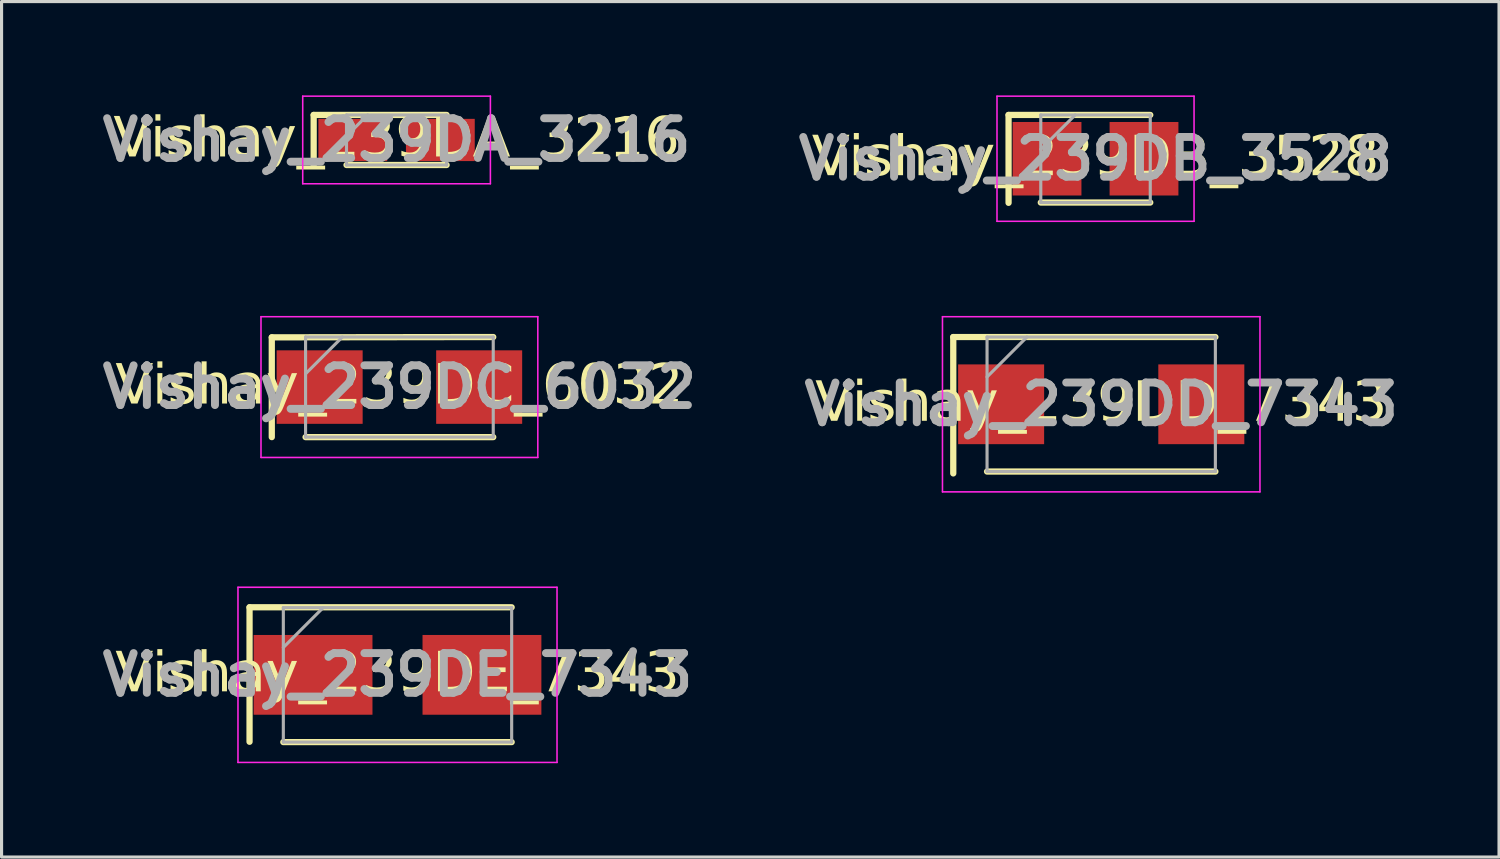
<source format=kicad_pcb>
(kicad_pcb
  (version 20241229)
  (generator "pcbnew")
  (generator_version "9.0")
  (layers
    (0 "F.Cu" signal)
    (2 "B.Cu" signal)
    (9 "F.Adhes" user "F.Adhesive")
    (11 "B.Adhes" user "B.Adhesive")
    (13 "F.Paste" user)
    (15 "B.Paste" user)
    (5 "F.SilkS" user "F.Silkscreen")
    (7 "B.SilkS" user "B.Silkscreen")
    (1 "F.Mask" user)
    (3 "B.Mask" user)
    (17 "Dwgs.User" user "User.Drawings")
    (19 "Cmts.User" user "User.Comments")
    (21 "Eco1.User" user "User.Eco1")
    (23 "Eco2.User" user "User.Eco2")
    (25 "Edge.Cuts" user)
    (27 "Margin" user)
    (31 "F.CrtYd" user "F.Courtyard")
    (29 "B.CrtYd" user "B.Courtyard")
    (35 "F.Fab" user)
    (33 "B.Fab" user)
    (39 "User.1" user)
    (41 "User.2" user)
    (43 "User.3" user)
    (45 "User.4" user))
  (footprint "Vishay_239DA_3216"
    (layer "F.Cu")
    (at 9.628 1.425)
    (property "Reference" "Vishay_239DA_3216" (at 0 0 0) (layer "F.SilkS") (effects (font (face "Adwaita Sans") (size 1.27 1.27) (thickness 0.254))))
    (attr smd)
    (fp_line (start -2.65 -0.8) (end -2.65 0.81) (stroke (width 0.2) (type solid)) (layer "F.SilkS"))
    (fp_line (start -1.6 0.8) (end 1.6 0.8) (stroke (width 0.2) (type solid)) (layer "F.SilkS"))
    (fp_line (start 1.6 -0.8) (end -2.65 -0.8) (stroke (width 0.2) (type solid)) (layer "F.SilkS"))
    (fp_line (start -3 -1.4) (end 3 -1.4) (stroke (width 0.05) (type solid)) (layer "F.CrtYd"))
    (fp_line (start -3 1.4) (end -3 -1.4) (stroke (width 0.05) (type solid)) (layer "F.CrtYd"))
    (fp_line (start 3 -1.4) (end 3 1.4) (stroke (width 0.05) (type solid)) (layer "F.CrtYd"))
    (fp_line (start 3 1.4) (end -3 1.4) (stroke (width 0.05) (type solid)) (layer "F.CrtYd"))
    (fp_line (start -1.6 -0.8) (end 1.6 -0.8) (stroke (width 0.1) (type solid)) (layer "F.Fab"))
    (fp_line (start -1.6 -0.125) (end -0.925 -0.8) (stroke (width 0.1) (type solid)) (layer "F.Fab"))
    (fp_line (start -1.6 0.8) (end -1.6 -0.8) (stroke (width 0.1) (type solid)) (layer "F.Fab"))
    (fp_line (start 1.6 -0.8) (end 1.6 0.8) (stroke (width 0.1) (type solid)) (layer "F.Fab"))
    (fp_line (start 1.6 0.8) (end -1.6 0.8) (stroke (width 0.1) (type solid)) (layer "F.Fab"))
    (fp_text user "${REFERENCE}" (at 0 0 0) (layer "F.Fab") (effects (font (size 1.27 1.27) (thickness 0.254))))
    (pad "1" smd rect (at -1.4 0 90) (size 1.35 2.2) (layers "F.Cu" "F.Mask" "F.Paste"))
    (pad "2" smd rect (at 1.4 0 90) (size 1.35 2.2) (layers "F.Cu" "F.Mask" "F.Paste")))
  (footprint "Vishay_239DB_3528"
    (layer "F.Cu")
    (at 31.974 2.025)
    (property "Reference" "Vishay_239DB_3528" (at 0 0 0) (layer "F.SilkS") (effects (font (face "Adwaita Sans") (size 1.27 1.27) (thickness 0.254))))
    (attr smd)
    (fp_line (start -2.78 -1.4) (end -2.78 1.41) (stroke (width 0.2) (type solid)) (layer "F.SilkS"))
    (fp_line (start -1.75 1.4) (end 1.75 1.4) (stroke (width 0.2) (type solid)) (layer "F.SilkS"))
    (fp_line (start 1.75 -1.4) (end -2.78 -1.4) (stroke (width 0.2) (type solid)) (layer "F.SilkS"))
    (fp_line (start -3.15 -2) (end 3.15 -2) (stroke (width 0.05) (type solid)) (layer "F.CrtYd"))
    (fp_line (start -3.15 2) (end -3.15 -2) (stroke (width 0.05) (type solid)) (layer "F.CrtYd"))
    (fp_line (start 3.15 -2) (end 3.15 2) (stroke (width 0.05) (type solid)) (layer "F.CrtYd"))
    (fp_line (start 3.15 2) (end -3.15 2) (stroke (width 0.05) (type solid)) (layer "F.CrtYd"))
    (fp_line (start -1.75 -1.4) (end 1.75 -1.4) (stroke (width 0.1) (type solid)) (layer "F.Fab"))
    (fp_line (start -1.75 -0.3) (end -0.65 -1.4) (stroke (width 0.1) (type solid)) (layer "F.Fab"))
    (fp_line (start -1.75 1.4) (end -1.75 -1.4) (stroke (width 0.1) (type solid)) (layer "F.Fab"))
    (fp_line (start 1.75 -1.4) (end 1.75 1.4) (stroke (width 0.1) (type solid)) (layer "F.Fab"))
    (fp_line (start 1.75 1.4) (end -1.75 1.4) (stroke (width 0.1) (type solid)) (layer "F.Fab"))
    (fp_text user "${REFERENCE}" (at 0 0 180) (layer "F.Fab") (effects (font (size 1.27 1.27) (thickness 0.254))))
    (pad "1" smd rect (at -1.55 0) (size 2.2 2.35) (layers "F.Cu" "F.Mask" "F.Paste"))
    (pad "2" smd rect (at 1.55 0) (size 2.2 2.35) (layers "F.Cu" "F.Mask" "F.Paste")))
  (footprint "Vishay_239DD_7343"
    (layer "F.Cu")
    (at 32.156 9.875)
    (property "Reference" "Vishay_239DD_7343" (at 0 0 0) (layer "F.SilkS") (effects (font (face "Adwaita Mono") (size 1.27 1.27) (thickness 0.254))))
    (attr smd)
    (fp_line (start -4.73 -2.15) (end -4.73 2.21) (stroke (width 0.2) (type solid)) (layer "F.SilkS"))
    (fp_line (start -3.65 2.15) (end 3.65 2.15) (stroke (width 0.2) (type solid)) (layer "F.SilkS"))
    (fp_line (start 3.65 -2.15) (end -4.73 -2.15) (stroke (width 0.2) (type solid)) (layer "F.SilkS"))
    (fp_line (start -5.075 -2.8) (end 5.075 -2.8) (stroke (width 0.05) (type solid)) (layer "F.CrtYd"))
    (fp_line (start -5.075 2.8) (end -5.075 -2.8) (stroke (width 0.05) (type solid)) (layer "F.CrtYd"))
    (fp_line (start 5.075 -2.8) (end 5.075 2.8) (stroke (width 0.05) (type solid)) (layer "F.CrtYd"))
    (fp_line (start 5.075 2.8) (end -5.075 2.8) (stroke (width 0.05) (type solid)) (layer "F.CrtYd"))
    (fp_line (start -3.65 -2.15) (end 3.65 -2.15) (stroke (width 0.1) (type solid)) (layer "F.Fab"))
    (fp_line (start -3.65 -0.875) (end -2.375 -2.15) (stroke (width 0.1) (type solid)) (layer "F.Fab"))
    (fp_line (start -3.65 2.15) (end -3.65 -2.15) (stroke (width 0.1) (type solid)) (layer "F.Fab"))
    (fp_line (start 3.65 -2.15) (end 3.65 2.15) (stroke (width 0.1) (type solid)) (layer "F.Fab"))
    (fp_line (start 3.65 2.15) (end -3.65 2.15) (stroke (width 0.1) (type solid)) (layer "F.Fab"))
    (fp_text user "${REFERENCE}" (at 0 0 0) (layer "F.Fab") (effects (font (size 1.27 1.27) (thickness 0.254))))
    (pad "1" smd rect (at -3.2 0 90) (size 2.55 2.75) (layers "F.Cu" "F.Mask" "F.Paste"))
    (pad "2" smd rect (at 3.2 0 90) (size 2.55 2.75) (layers "F.Cu" "F.Mask" "F.Paste")))
  (footprint "Vishay_239DC_6032"
    (layer "F.Cu")
    (at 9.719 9.325)
    (property "Reference" "Vishay_239DC_6032" (at 0 0 0) (layer "F.SilkS") (effects (font (face "Adwaita Mono") (size 1.27 1.27) (thickness 0.254))))
    (attr smd)
    (fp_line (start -4.08 -1.59) (end -4.08 1.6) (stroke (width 0.2) (type solid)) (layer "F.SilkS"))
    (fp_line (start -3 1.6) (end 3 1.6) (stroke (width 0.2) (type solid)) (layer "F.SilkS"))
    (fp_line (start 3 -1.6) (end -4.08 -1.59) (stroke (width 0.2) (type solid)) (layer "F.SilkS"))
    (fp_line (start -4.425 -2.25) (end 4.425 -2.25) (stroke (width 0.05) (type solid)) (layer "F.CrtYd"))
    (fp_line (start -4.425 2.25) (end -4.425 -2.25) (stroke (width 0.05) (type solid)) (layer "F.CrtYd"))
    (fp_line (start 4.425 -2.25) (end 4.425 2.25) (stroke (width 0.05) (type solid)) (layer "F.CrtYd"))
    (fp_line (start 4.425 2.25) (end -4.425 2.25) (stroke (width 0.05) (type solid)) (layer "F.CrtYd"))
    (fp_line (start -3 -1.6) (end 3 -1.6) (stroke (width 0.1) (type solid)) (layer "F.Fab"))
    (fp_line (start -3 -0.425) (end -1.825 -1.6) (stroke (width 0.1) (type solid)) (layer "F.Fab"))
    (fp_line (start -3 1.6) (end -3 -1.6) (stroke (width 0.1) (type solid)) (layer "F.Fab"))
    (fp_line (start 3 -1.6) (end 3 1.6) (stroke (width 0.1) (type solid)) (layer "F.Fab"))
    (fp_line (start 3 1.6) (end -3 1.6) (stroke (width 0.1) (type solid)) (layer "F.Fab"))
    (fp_text user "${REFERENCE}" (at 0 0 0) (layer "F.Fab") (effects (font (size 1.27 1.27) (thickness 0.254))))
    (pad "1" smd rect (at -2.55 0 90) (size 2.35 2.75) (layers "F.Cu" "F.Mask" "F.Paste"))
    (pad "2" smd rect (at 2.55 0 90) (size 2.35 2.75) (layers "F.Cu" "F.Mask" "F.Paste")))
  (footprint "Vishay_239DE_7343"
    (layer "F.Cu")
    (at 9.658 18.525)
    (property "Reference" "Vishay_239DE_7343" (at 0 0 0) (layer "F.SilkS") (effects (font (face "Adwaita Mono") (size 1.27 1.27) (thickness 0.254))))
    (attr smd)
    (fp_line (start -4.73 -2.16) (end -4.73 2.14) (stroke (width 0.2) (type solid)) (layer "F.SilkS"))
    (fp_line (start -3.65 2.15) (end 3.65 2.15) (stroke (width 0.2) (type solid)) (layer "F.SilkS"))
    (fp_line (start 3.65 -2.16) (end -4.73 -2.16) (stroke (width 0.2) (type solid)) (layer "F.SilkS"))
    (fp_line (start -5.1 -2.8) (end 5.1 -2.8) (stroke (width 0.05) (type solid)) (layer "F.CrtYd"))
    (fp_line (start -5.1 2.8) (end -5.1 -2.8) (stroke (width 0.05) (type solid)) (layer "F.CrtYd"))
    (fp_line (start 5.1 -2.8) (end 5.1 2.8) (stroke (width 0.05) (type solid)) (layer "F.CrtYd"))
    (fp_line (start 5.1 2.8) (end -5.1 2.8) (stroke (width 0.05) (type solid)) (layer "F.CrtYd"))
    (fp_line (start -3.65 -2.15) (end 3.65 -2.15) (stroke (width 0.1) (type solid)) (layer "F.Fab"))
    (fp_line (start -3.65 -0.875) (end -2.375 -2.15) (stroke (width 0.1) (type solid)) (layer "F.Fab"))
    (fp_line (start -3.65 2.15) (end -3.65 -2.15) (stroke (width 0.1) (type solid)) (layer "F.Fab"))
    (fp_line (start 3.65 -2.15) (end 3.65 2.15) (stroke (width 0.1) (type solid)) (layer "F.Fab"))
    (fp_line (start 3.65 2.15) (end -3.65 2.15) (stroke (width 0.1) (type solid)) (layer "F.Fab"))
    (fp_text user "${REFERENCE}" (at 0 0 0) (layer "F.Fab") (effects (font (size 1.27 1.27) (thickness 0.254))))
    (pad "1" smd rect (at -2.7 0 90) (size 2.55 3.8) (layers "F.Cu" "F.Mask" "F.Paste"))
    (pad "2" smd rect (at 2.7 0 90) (size 2.55 3.8) (layers "F.Cu" "F.Mask" "F.Paste")))
  (gr_rect
    (start -3 -3)
    (end 44.874 24.35)
    (stroke (width 0.1) (type default))
    (fill no)
    (layer "Edge.Cuts")))
</source>
